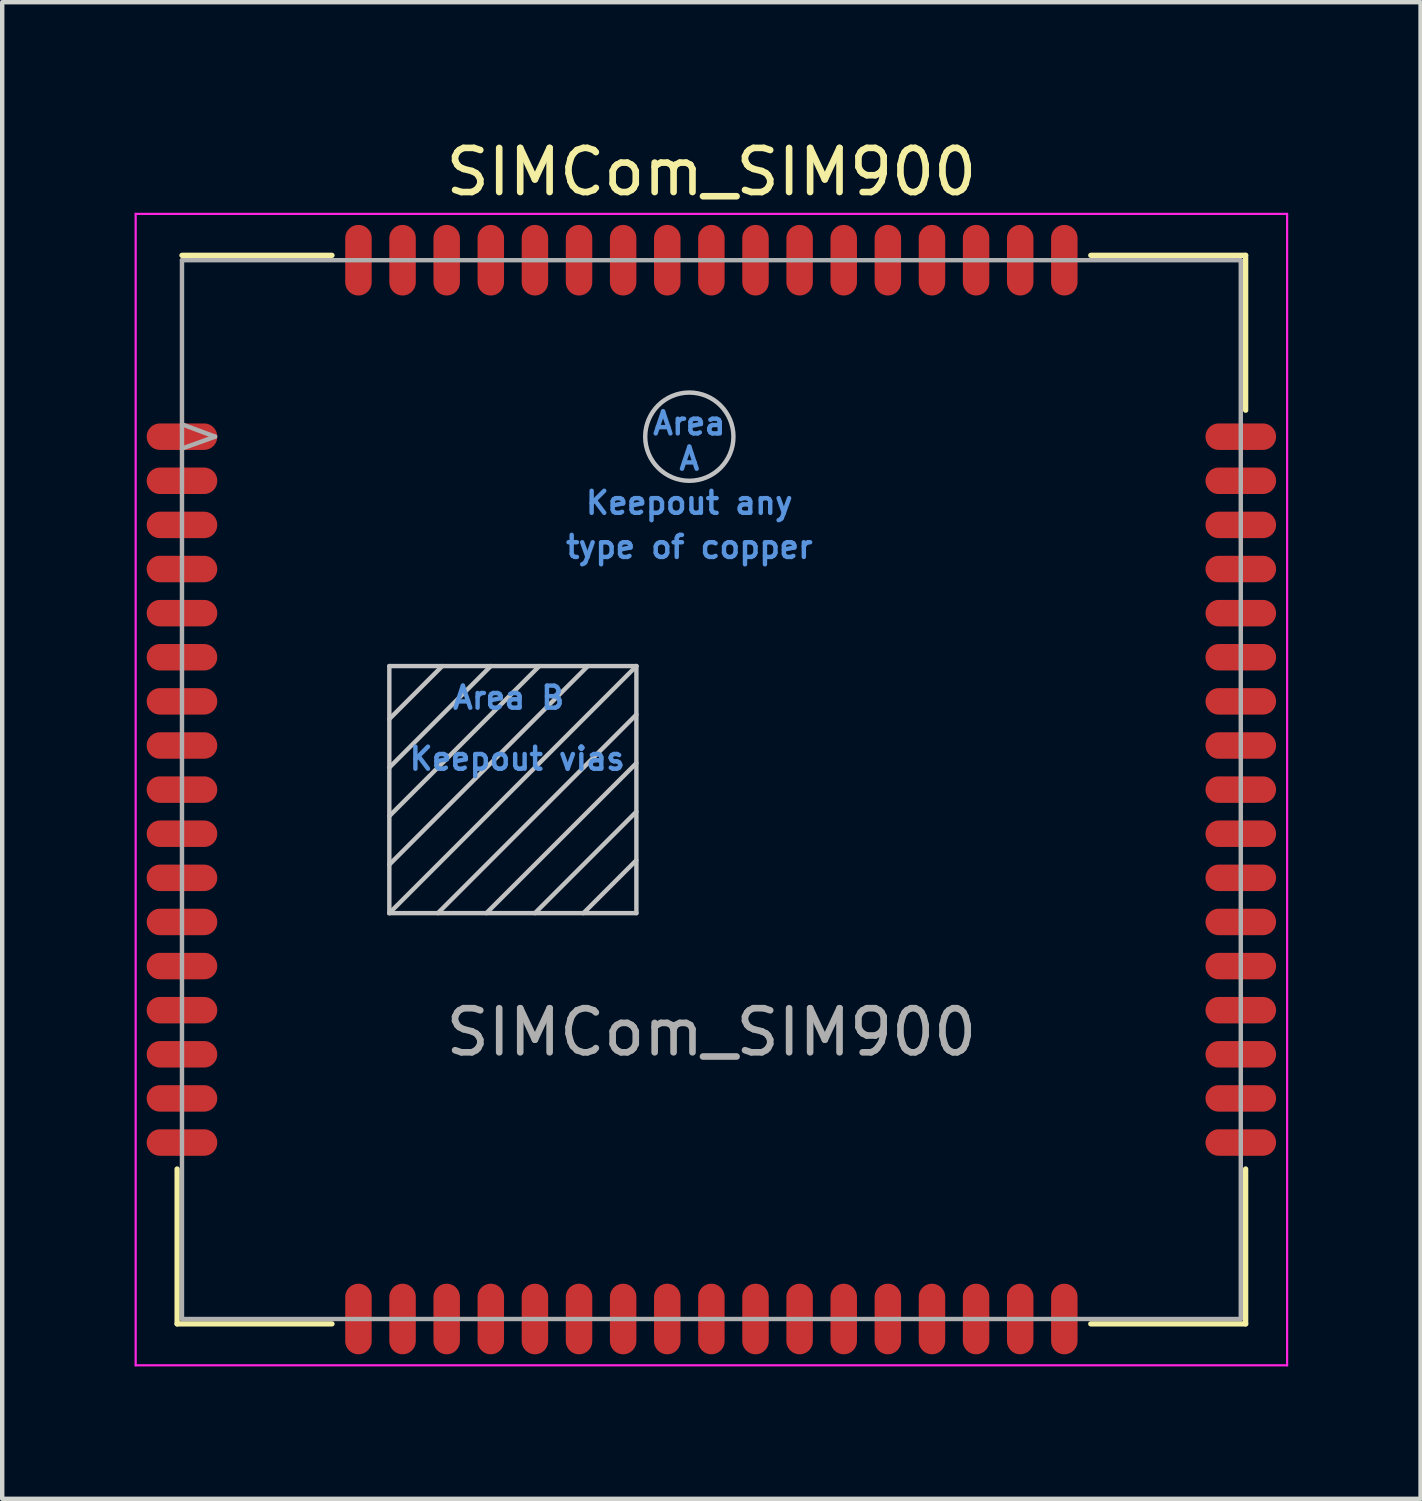
<source format=kicad_pcb>
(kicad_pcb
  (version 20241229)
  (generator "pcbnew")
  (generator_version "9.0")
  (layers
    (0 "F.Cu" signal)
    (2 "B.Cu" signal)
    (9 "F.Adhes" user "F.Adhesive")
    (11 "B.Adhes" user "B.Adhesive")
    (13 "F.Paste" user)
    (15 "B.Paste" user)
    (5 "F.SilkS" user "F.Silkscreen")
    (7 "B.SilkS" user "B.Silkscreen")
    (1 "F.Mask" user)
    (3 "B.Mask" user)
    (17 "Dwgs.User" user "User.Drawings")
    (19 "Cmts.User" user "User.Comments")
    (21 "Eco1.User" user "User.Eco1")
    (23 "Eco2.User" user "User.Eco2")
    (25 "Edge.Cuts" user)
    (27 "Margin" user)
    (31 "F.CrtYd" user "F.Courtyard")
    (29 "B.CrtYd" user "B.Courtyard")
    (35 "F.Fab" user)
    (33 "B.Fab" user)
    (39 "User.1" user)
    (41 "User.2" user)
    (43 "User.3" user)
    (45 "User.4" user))
  (footprint "SIMCom_SIM900"
    (layer "F.Cu")
    (at 13.075 14.848)
    (property "Reference" "SIMCom_SIM900" (at 0 -14 0) (layer "F.SilkS") (effects (font (size 1 1) (thickness 0.15))))
    (attr smd)
    (fp_line (start -12.11 8.6) (end -12.11 12.11) (stroke (width 0.12) (type solid)) (layer "F.SilkS"))
    (fp_line (start -12.11 12.11) (end -8.6 12.11) (stroke (width 0.12) (type solid)) (layer "F.SilkS"))
    (fp_line (start -12 -12.11) (end -8.6 -12.11) (stroke (width 0.12) (type solid)) (layer "F.SilkS"))
    (fp_line (start 8.6 -12.11) (end 12.11 -12.11) (stroke (width 0.12) (type solid)) (layer "F.SilkS"))
    (fp_line (start 8.6 12.11) (end 12.11 12.11) (stroke (width 0.12) (type solid)) (layer "F.SilkS"))
    (fp_line (start 12.11 -12.11) (end 12.11 -8.6) (stroke (width 0.12) (type solid)) (layer "F.SilkS"))
    (fp_line (start 12.11 8.6) (end 12.11 12.11) (stroke (width 0.12) (type solid)) (layer "F.SilkS"))
    (fp_line (start -7.3 -2.8) (end -1.7 -2.8) (stroke (width 0.1) (type solid)) (layer "Dwgs.User"))
    (fp_line (start -7.3 2.8) (end -7.3 -2.8) (stroke (width 0.1) (type solid)) (layer "Dwgs.User"))
    (fp_line (start -7.3 2.8) (end -1.7 -2.8) (stroke (width 0.1) (type solid)) (layer "Dwgs.User"))
    (fp_line (start -7.3 2.8) (end -1.7 2.8) (stroke (width 0.1) (type solid)) (layer "Dwgs.User"))
    (fp_line (start -6.2 2.8) (end -1.7 -1.7) (stroke (width 0.1) (type solid)) (layer "Dwgs.User"))
    (fp_line (start -6.1 -2.8) (end -7.3 -1.6) (stroke (width 0.1) (type solid)) (layer "Dwgs.User"))
    (fp_line (start -5.1 2.8) (end -1.7 -0.6) (stroke (width 0.1) (type solid)) (layer "Dwgs.User"))
    (fp_line (start -5 -2.8) (end -7.3 -0.5) (stroke (width 0.1) (type solid)) (layer "Dwgs.User"))
    (fp_line (start -4 2.8) (end -1.7 0.5) (stroke (width 0.1) (type solid)) (layer "Dwgs.User"))
    (fp_line (start -3.9 -2.8) (end -7.3 0.6) (stroke (width 0.1) (type solid)) (layer "Dwgs.User"))
    (fp_line (start -2.9 2.8) (end -1.7 1.6) (stroke (width 0.1) (type solid)) (layer "Dwgs.User"))
    (fp_line (start -2.8 -2.8) (end -7.3 1.7) (stroke (width 0.1) (type solid)) (layer "Dwgs.User"))
    (fp_line (start -1.7 2.8) (end -1.7 -2.8) (stroke (width 0.1) (type solid)) (layer "Dwgs.User"))
    (fp_circle (center -0.5 -8) (end -0.5 -9) (stroke (width 0.1) (type solid)) (fill no) (layer "Dwgs.User"))
    (fp_line (start -13.05 -13.05) (end 13.05 -13.05) (stroke (width 0.05) (type solid)) (layer "F.CrtYd"))
    (fp_line (start -13.05 13.05) (end -13.05 -13.05) (stroke (width 0.05) (type solid)) (layer "F.CrtYd"))
    (fp_line (start 13.05 -13.05) (end 13.05 13.05) (stroke (width 0.05) (type solid)) (layer "F.CrtYd"))
    (fp_line (start 13.05 13.05) (end -13.05 13.05) (stroke (width 0.05) (type solid)) (layer "F.CrtYd"))
    (fp_line (start -12 -12) (end 12 -12) (stroke (width 0.1) (type solid)) (layer "F.Fab"))
    (fp_line (start -12 -8.28) (end -11.25 -8) (stroke (width 0.1) (type solid)) (layer "F.Fab"))
    (fp_line (start -12 12) (end -12 -12) (stroke (width 0.1) (type solid)) (layer "F.Fab"))
    (fp_line (start -11.25 -8) (end -12 -7.73) (stroke (width 0.1) (type solid)) (layer "F.Fab"))
    (fp_line (start 12 -12) (end 12 12) (stroke (width 0.1) (type solid)) (layer "F.Fab"))
    (fp_line (start 12 12) (end -12 12) (stroke (width 0.1) (type solid)) (layer "F.Fab"))
    (fp_text user "Keepout vias" (at -4.4 -0.7 0) (layer "Cmts.User") (effects (font (size 0.5 0.5) (thickness 0.1))))
    (fp_text user "Area" (at -0.5 -8.3 0) (layer "Cmts.User") (effects (font (size 0.5 0.5) (thickness 0.1))))
    (fp_text user "A" (at -0.5 -7.5 0) (layer "Cmts.User") (effects (font (size 0.5 0.5) (thickness 0.1))))
    (fp_text user "Keepout any" (at -0.5 -6.5 0) (layer "Cmts.User") (effects (font (size 0.5 0.5) (thickness 0.1))))
    (fp_text user "type of copper" (at -0.5 -5.5 0) (layer "Cmts.User") (effects (font (size 0.5 0.5) (thickness 0.1))))
    (fp_text user "Area B" (at -4.597 -2.083 0) (layer "Cmts.User") (effects (font (size 0.5 0.5) (thickness 0.1))))
    (fp_text user "${REFERENCE}" (at 0 5.5 0) (layer "F.Fab") (effects (font (size 1 1) (thickness 0.15))))
    (pad "1" smd oval (at -12 -8) (size 1.6 0.6) (layers "F.Cu" "F.Mask" "F.Paste"))
    (pad "2" smd oval (at -12 -7) (size 1.6 0.6) (layers "F.Cu" "F.Mask" "F.Paste"))
    (pad "3" smd oval (at -12 -6) (size 1.6 0.6) (layers "F.Cu" "F.Mask" "F.Paste"))
    (pad "4" smd oval (at -12 -5) (size 1.6 0.6) (layers "F.Cu" "F.Mask" "F.Paste"))
    (pad "5" smd oval (at -12 -4) (size 1.6 0.6) (layers "F.Cu" "F.Mask" "F.Paste"))
    (pad "6" smd oval (at -12 -3) (size 1.6 0.6) (layers "F.Cu" "F.Mask" "F.Paste"))
    (pad "7" smd oval (at -12 -2) (size 1.6 0.6) (layers "F.Cu" "F.Mask" "F.Paste"))
    (pad "8" smd oval (at -12 -1) (size 1.6 0.6) (layers "F.Cu" "F.Mask" "F.Paste"))
    (pad "9" smd oval (at -12 0) (size 1.6 0.6) (layers "F.Cu" "F.Mask" "F.Paste"))
    (pad "10" smd oval (at -12 1) (size 1.6 0.6) (layers "F.Cu" "F.Mask" "F.Paste"))
    (pad "11" smd oval (at -12 2) (size 1.6 0.6) (layers "F.Cu" "F.Mask" "F.Paste"))
    (pad "12" smd oval (at -12 3) (size 1.6 0.6) (layers "F.Cu" "F.Mask" "F.Paste"))
    (pad "13" smd oval (at -12 4) (size 1.6 0.6) (layers "F.Cu" "F.Mask" "F.Paste"))
    (pad "14" smd oval (at -12 5) (size 1.6 0.6) (layers "F.Cu" "F.Mask" "F.Paste"))
    (pad "15" smd oval (at -12 6) (size 1.6 0.6) (layers "F.Cu" "F.Mask" "F.Paste"))
    (pad "16" smd oval (at -12 7) (size 1.6 0.6) (layers "F.Cu" "F.Mask" "F.Paste"))
    (pad "17" smd oval (at -12 8) (size 1.6 0.6) (layers "F.Cu" "F.Mask" "F.Paste"))
    (pad "18" smd oval (at -8 12) (size 0.6 1.6) (layers "F.Cu" "F.Mask" "F.Paste"))
    (pad "19" smd oval (at -7 12) (size 0.6 1.6) (layers "F.Cu" "F.Mask" "F.Paste"))
    (pad "20" smd oval (at -6 12) (size 0.6 1.6) (layers "F.Cu" "F.Mask" "F.Paste"))
    (pad "21" smd oval (at -5 12) (size 0.6 1.6) (layers "F.Cu" "F.Mask" "F.Paste"))
    (pad "22" smd oval (at -4 12) (size 0.6 1.6) (layers "F.Cu" "F.Mask" "F.Paste"))
    (pad "23" smd oval (at -3 12) (size 0.6 1.6) (layers "F.Cu" "F.Mask" "F.Paste"))
    (pad "24" smd oval (at -2 12) (size 0.6 1.6) (layers "F.Cu" "F.Mask" "F.Paste"))
    (pad "25" smd oval (at -1 12) (size 0.6 1.6) (layers "F.Cu" "F.Mask" "F.Paste"))
    (pad "26" smd oval (at 0 12) (size 0.6 1.6) (layers "F.Cu" "F.Mask" "F.Paste"))
    (pad "27" smd oval (at 1 12) (size 0.6 1.6) (layers "F.Cu" "F.Mask" "F.Paste"))
    (pad "28" smd oval (at 2 12) (size 0.6 1.6) (layers "F.Cu" "F.Mask" "F.Paste"))
    (pad "29" smd oval (at 3 12) (size 0.6 1.6) (layers "F.Cu" "F.Mask" "F.Paste"))
    (pad "30" smd oval (at 4 12) (size 0.6 1.6) (layers "F.Cu" "F.Mask" "F.Paste"))
    (pad "31" smd oval (at 5 12) (size 0.6 1.6) (layers "F.Cu" "F.Mask" "F.Paste"))
    (pad "32" smd oval (at 6 12) (size 0.6 1.6) (layers "F.Cu" "F.Mask" "F.Paste"))
    (pad "33" smd oval (at 7 12) (size 0.6 1.6) (layers "F.Cu" "F.Mask" "F.Paste"))
    (pad "34" smd oval (at 8 12) (size 0.6 1.6) (layers "F.Cu" "F.Mask" "F.Paste"))
    (pad "35" smd oval (at 12 8) (size 1.6 0.6) (layers "F.Cu" "F.Mask" "F.Paste"))
    (pad "36" smd oval (at 12 7) (size 1.6 0.6) (layers "F.Cu" "F.Mask" "F.Paste"))
    (pad "37" smd oval (at 12 6) (size 1.6 0.6) (layers "F.Cu" "F.Mask" "F.Paste"))
    (pad "38" smd oval (at 12 5) (size 1.6 0.6) (layers "F.Cu" "F.Mask" "F.Paste"))
    (pad "39" smd oval (at 12 4) (size 1.6 0.6) (layers "F.Cu" "F.Mask" "F.Paste"))
    (pad "40" smd oval (at 12 3) (size 1.6 0.6) (layers "F.Cu" "F.Mask" "F.Paste"))
    (pad "41" smd oval (at 12 2) (size 1.6 0.6) (layers "F.Cu" "F.Mask" "F.Paste"))
    (pad "42" smd oval (at 12 1) (size 1.6 0.6) (layers "F.Cu" "F.Mask" "F.Paste"))
    (pad "43" smd oval (at 12 0) (size 1.6 0.6) (layers "F.Cu" "F.Mask" "F.Paste"))
    (pad "44" smd oval (at 12 -1) (size 1.6 0.6) (layers "F.Cu" "F.Mask" "F.Paste"))
    (pad "45" smd oval (at 12 -2) (size 1.6 0.6) (layers "F.Cu" "F.Mask" "F.Paste"))
    (pad "46" smd oval (at 12 -3) (size 1.6 0.6) (layers "F.Cu" "F.Mask" "F.Paste"))
    (pad "47" smd oval (at 12 -4) (size 1.6 0.6) (layers "F.Cu" "F.Mask" "F.Paste"))
    (pad "48" smd oval (at 12 -5) (size 1.6 0.6) (layers "F.Cu" "F.Mask" "F.Paste"))
    (pad "49" smd oval (at 12 -6) (size 1.6 0.6) (layers "F.Cu" "F.Mask" "F.Paste"))
    (pad "50" smd oval (at 12 -7) (size 1.6 0.6) (layers "F.Cu" "F.Mask" "F.Paste"))
    (pad "51" smd oval (at 12 -8) (size 1.6 0.6) (layers "F.Cu" "F.Mask" "F.Paste"))
    (pad "52" smd oval (at 8 -12) (size 0.6 1.6) (layers "F.Cu" "F.Mask" "F.Paste"))
    (pad "53" smd oval (at 7 -12) (size 0.6 1.6) (layers "F.Cu" "F.Mask" "F.Paste"))
    (pad "54" smd oval (at 6 -12) (size 0.6 1.6) (layers "F.Cu" "F.Mask" "F.Paste"))
    (pad "55" smd oval (at 5 -12) (size 0.6 1.6) (layers "F.Cu" "F.Mask" "F.Paste"))
    (pad "56" smd oval (at 4 -12) (size 0.6 1.6) (layers "F.Cu" "F.Mask" "F.Paste"))
    (pad "57" smd oval (at 3 -12) (size 0.6 1.6) (layers "F.Cu" "F.Mask" "F.Paste"))
    (pad "58" smd oval (at 2 -12) (size 0.6 1.6) (layers "F.Cu" "F.Mask" "F.Paste"))
    (pad "59" smd oval (at 1 -12) (size 0.6 1.6) (layers "F.Cu" "F.Mask" "F.Paste"))
    (pad "60" smd oval (at 0 -12) (size 0.6 1.6) (layers "F.Cu" "F.Mask" "F.Paste"))
    (pad "61" smd oval (at -1 -12) (size 0.6 1.6) (layers "F.Cu" "F.Mask" "F.Paste"))
    (pad "62" smd oval (at -2 -12) (size 0.6 1.6) (layers "F.Cu" "F.Mask" "F.Paste"))
    (pad "63" smd oval (at -3 -12) (size 0.6 1.6) (layers "F.Cu" "F.Mask" "F.Paste"))
    (pad "64" smd oval (at -4 -12) (size 0.6 1.6) (layers "F.Cu" "F.Mask" "F.Paste"))
    (pad "65" smd oval (at -5 -12) (size 0.6 1.6) (layers "F.Cu" "F.Mask" "F.Paste"))
    (pad "66" smd oval (at -6 -12) (size 0.6 1.6) (layers "F.Cu" "F.Mask" "F.Paste"))
    (pad "67" smd oval (at -7 -12) (size 0.6 1.6) (layers "F.Cu" "F.Mask" "F.Paste"))
    (pad "68" smd oval (at -8 -12) (size 0.6 1.6) (layers "F.Cu" "F.Mask" "F.Paste")))
  (gr_rect
    (start -3 -3)
    (end 29.15 30.923)
    (stroke (width 0.1) (type default))
    (fill no)
    (layer "Edge.Cuts")))
</source>
